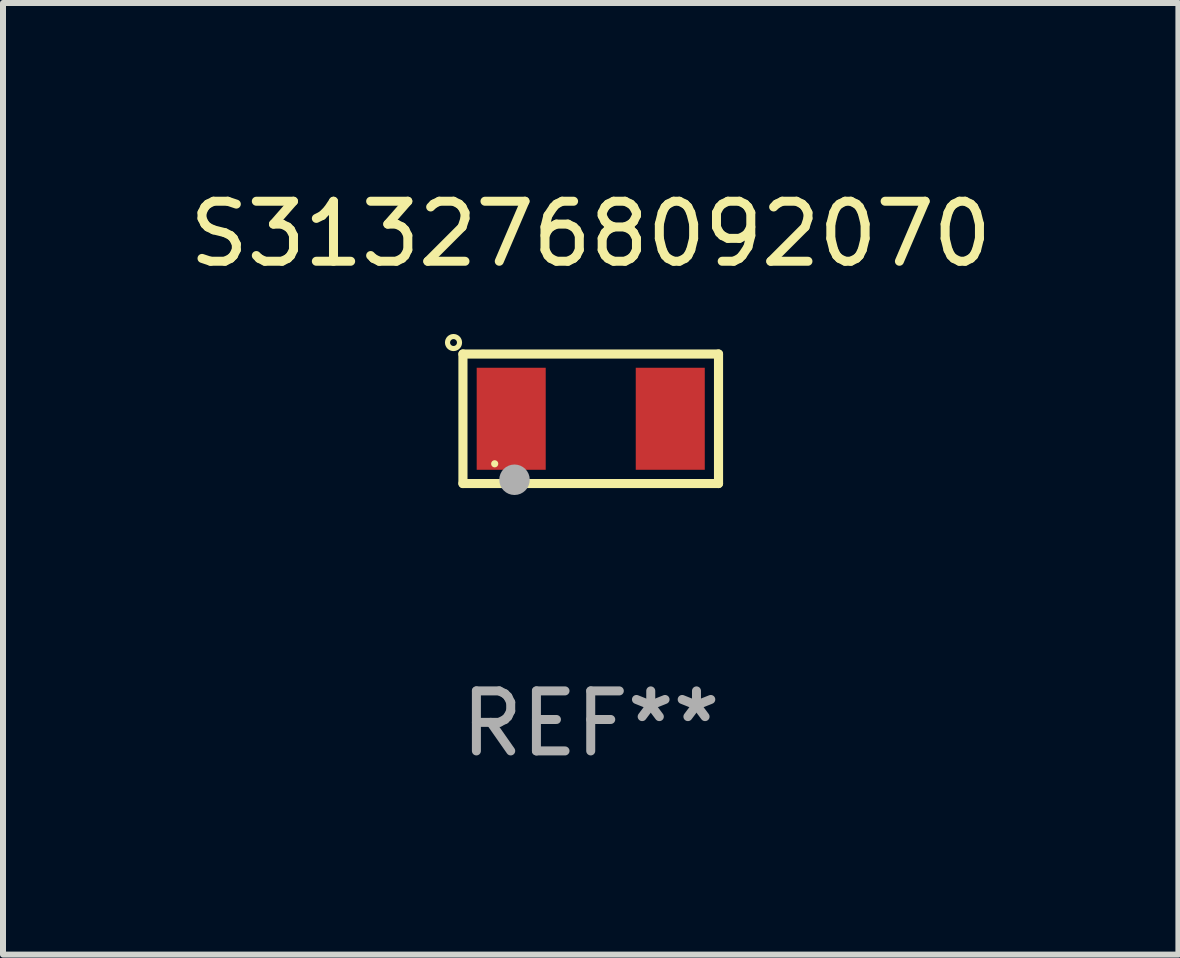
<source format=kicad_pcb>
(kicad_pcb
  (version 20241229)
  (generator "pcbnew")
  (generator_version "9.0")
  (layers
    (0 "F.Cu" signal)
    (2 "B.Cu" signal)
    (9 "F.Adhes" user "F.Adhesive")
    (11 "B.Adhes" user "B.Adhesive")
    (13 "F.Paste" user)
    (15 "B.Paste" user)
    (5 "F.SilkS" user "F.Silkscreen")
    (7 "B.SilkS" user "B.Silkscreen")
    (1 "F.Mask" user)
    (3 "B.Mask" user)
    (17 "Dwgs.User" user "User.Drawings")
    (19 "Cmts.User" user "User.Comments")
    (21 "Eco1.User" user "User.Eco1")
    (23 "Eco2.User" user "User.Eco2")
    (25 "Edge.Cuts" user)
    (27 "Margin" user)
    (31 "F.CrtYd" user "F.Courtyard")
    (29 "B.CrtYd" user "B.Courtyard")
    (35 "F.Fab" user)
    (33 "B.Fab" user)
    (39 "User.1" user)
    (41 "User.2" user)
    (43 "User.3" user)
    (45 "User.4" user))
  (footprint "S3132768092070"
    (layer "F.Cu")
    (at 6.792 3.927)
    (property "Reference" "S3132768092070" (at 0 -3.079 0) (layer "F.SilkS") (effects (font (size 1 1) (thickness 0.15))))
    (attr through_hole)
    (fp_line (start -2.129 -1.079) (end 2.129 -1.079) (stroke (width 0.152) (type solid)) (layer "F.SilkS"))
    (fp_line (start -2.129 1.079) (end -2.129 -1.079) (stroke (width 0.152) (type solid)) (layer "F.SilkS"))
    (fp_line (start 2.129 -1.079) (end 2.129 1.079) (stroke (width 0.152) (type solid)) (layer "F.SilkS"))
    (fp_line (start 2.129 1.079) (end -2.129 1.079) (stroke (width 0.152) (type solid)) (layer "F.SilkS"))
    (fp_circle (center -2.286 -1.27) (end -2.186 -1.27) (stroke (width 0.085) (type solid)) (fill no) (layer "F.SilkS"))
    (fp_circle (center -1.6 0.75) (end -1.57 0.75) (stroke (width 0.06) (type solid)) (fill no) (layer "F.SilkS"))
    (fp_circle (center -1.27 1.016) (end -1.143 1.016) (stroke (width 0.254) (type solid)) (fill no) (layer "F.Fab"))
    (fp_text user "REF**" (at 0 5.079 0) (layer "F.Fab") (effects (font (size 1 1) (thickness 0.15))))
    (pad "1" smd rect (at -1.325 0) (size 1.15 1.7) (layers "F.Cu" "F.Mask" "F.Paste"))
    (pad "2" smd rect (at 1.325 0) (size 1.15 1.7) (layers "F.Cu" "F.Mask" "F.Paste")))
  (gr_rect
    (start -3 -3)
    (end 16.583 12.854)
    (stroke (width 0.1) (type default))
    (fill no)
    (layer "Edge.Cuts")))
</source>
